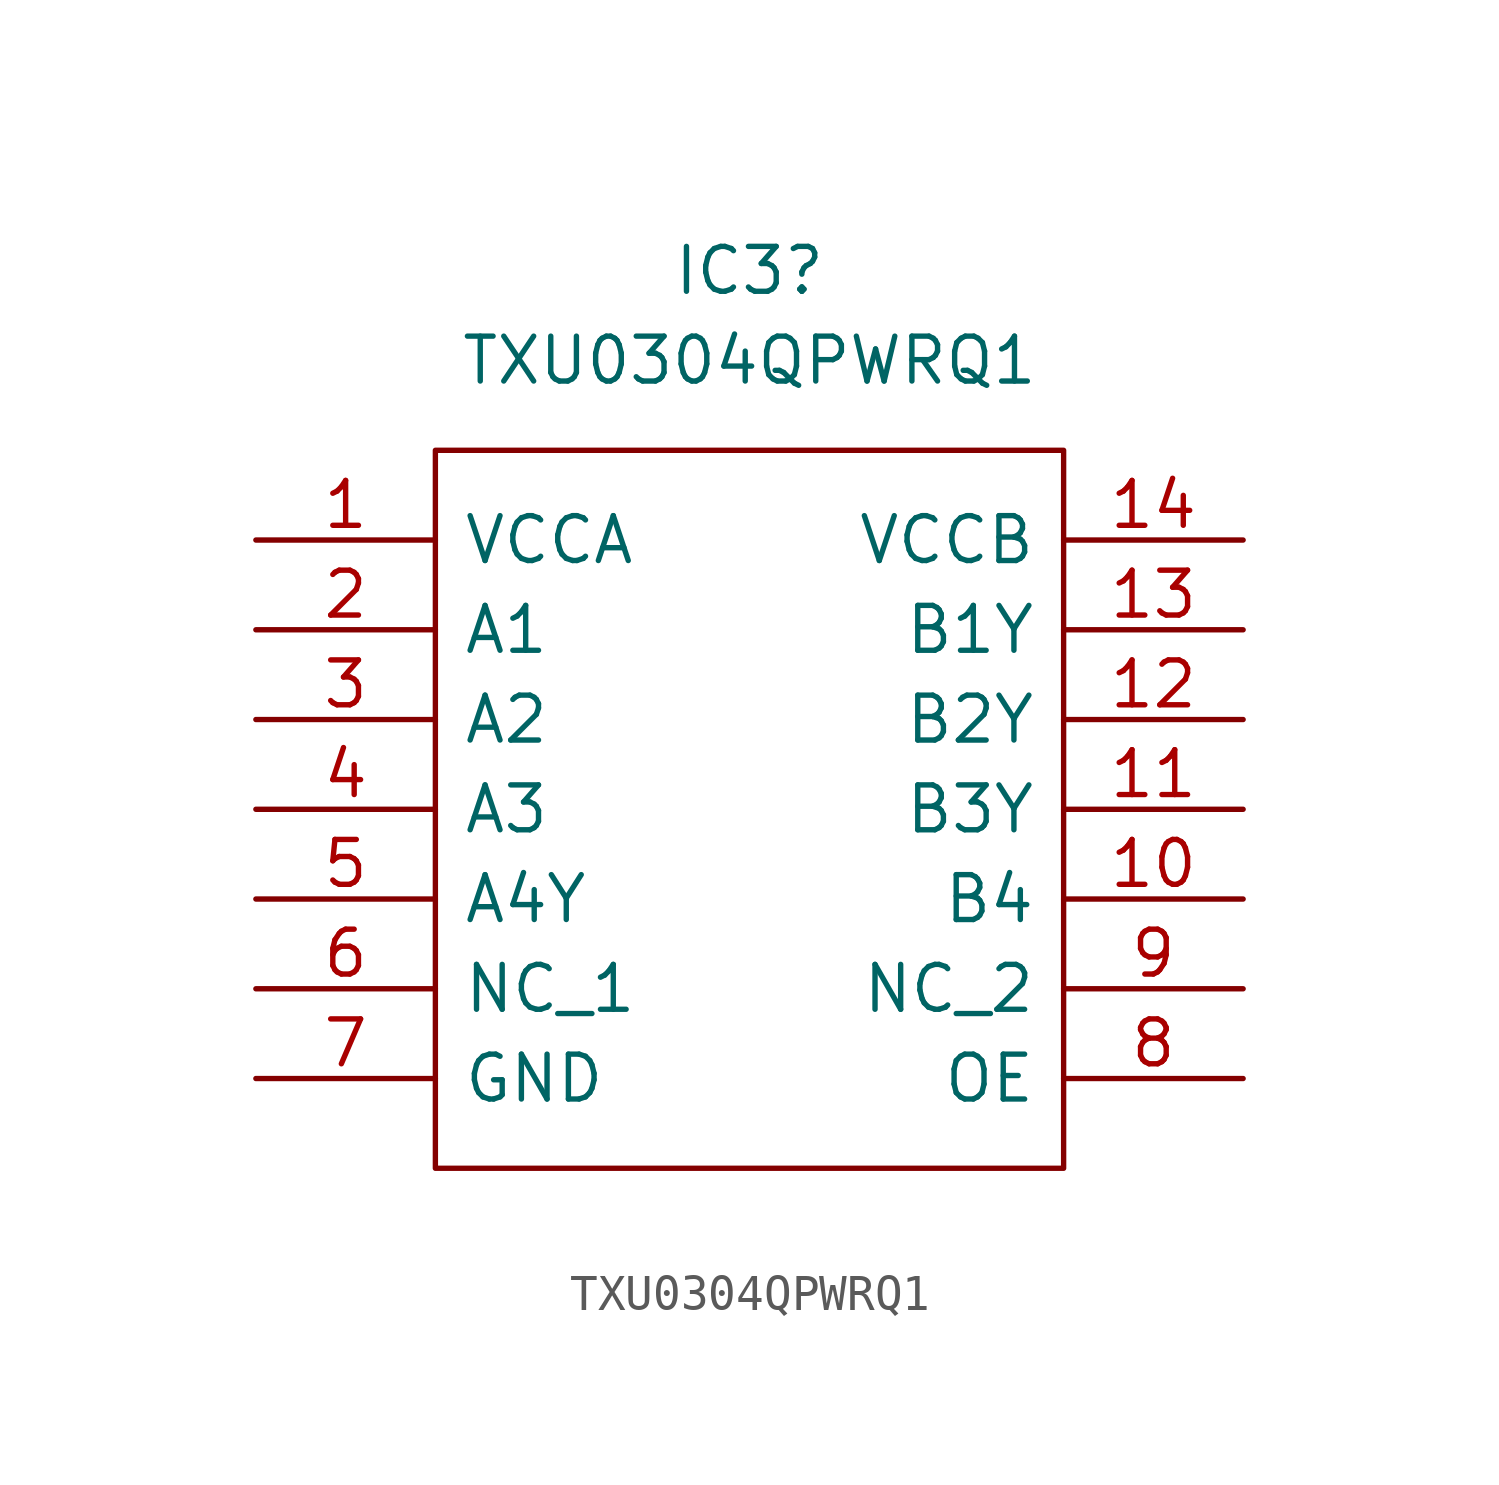
<source format=kicad_sym>
(kicad_symbol_lib
  (version 20220914)
  (generator kicad_symbol_editor)
  (symbol "TXU0304QPWRQ1"
    (pin_names
      (offset 0.762))
    (property "Reference" "IC3"
      (at 13.97 7.62 0)
      (effects (font (size 1.27 1.27))))
    (property "Value" "TXU0304QPWRQ1"
      (at 13.97 5.08 0)
      (effects (font (size 1.27 1.27))))
    (symbol "TXU0304QPWRQ1_0_0"
      (pin passive line (at 27.94 -10.16 180) (length 5.08) (name "B4" (effects (font (size 1.27 1.27)))) (number "10" (effects (font (size 1.27 1.27)))))
      (pin passive line (at 27.94 -7.62 180) (length 5.08) (name "B3Y" (effects (font (size 1.27 1.27)))) (number "11" (effects (font (size 1.27 1.27)))))
      (pin passive line (at 27.94 -5.08 180) (length 5.08) (name "B2Y" (effects (font (size 1.27 1.27)))) (number "12" (effects (font (size 1.27 1.27)))))
      (pin passive line (at 27.94 -2.54 180) (length 5.08) (name "B1Y" (effects (font (size 1.27 1.27)))) (number "13" (effects (font (size 1.27 1.27)))))
      (pin passive line (at 0 -2.54 0) (length 5.08) (name "A1" (effects (font (size 1.27 1.27)))) (number "2" (effects (font (size 1.27 1.27)))))
      (pin passive line (at 0 -5.08 0) (length 5.08) (name "A2" (effects (font (size 1.27 1.27)))) (number "3" (effects (font (size 1.27 1.27)))))
      (pin passive line (at 0 -7.62 0) (length 5.08) (name "A3" (effects (font (size 1.27 1.27)))) (number "4" (effects (font (size 1.27 1.27)))))
      (pin passive line (at 0 -10.16 0) (length 5.08) (name "A4Y" (effects (font (size 1.27 1.27)))) (number "5" (effects (font (size 1.27 1.27)))))
      (pin passive line (at 0 -12.7 0) (length 5.08) (name "NC_1" (effects (font (size 1.27 1.27)))) (number "6" (effects (font (size 1.27 1.27)))))
      (pin passive line (at 27.94 -15.24 180) (length 5.08) (name "OE" (effects (font (size 1.27 1.27)))) (number "8" (effects (font (size 1.27 1.27)))))
      (pin passive line (at 27.94 -12.7 180) (length 5.08) (name "NC_2" (effects (font (size 1.27 1.27)))) (number "9" (effects (font (size 1.27 1.27))))))
    (symbol "TXU0304QPWRQ1_0_1"
      (polyline (pts (xy 5.08 2.54) (xy 22.86 2.54) (xy 22.86 -17.78) (xy 5.08 -17.78) (xy 5.08 2.54)) (stroke (width 0.152) (type solid)) (fill (type none))))
    (symbol "TXU0304QPWRQ1_1_0"
      (pin power_in line (at 0 0 0) (length 5.08) (name "VCCA" (effects (font (size 1.27 1.27)))) (number "1" (effects (font (size 1.27 1.27)))))
      (pin power_in line (at 27.94 0 180) (length 5.08) (name "VCCB" (effects (font (size 1.27 1.27)))) (number "14" (effects (font (size 1.27 1.27)))))
      (pin power_in line (at 0 -15.24 0) (length 5.08) (name "GND" (effects (font (size 1.27 1.27)))) (number "7" (effects (font (size 1.27 1.27))))))))
</source>
